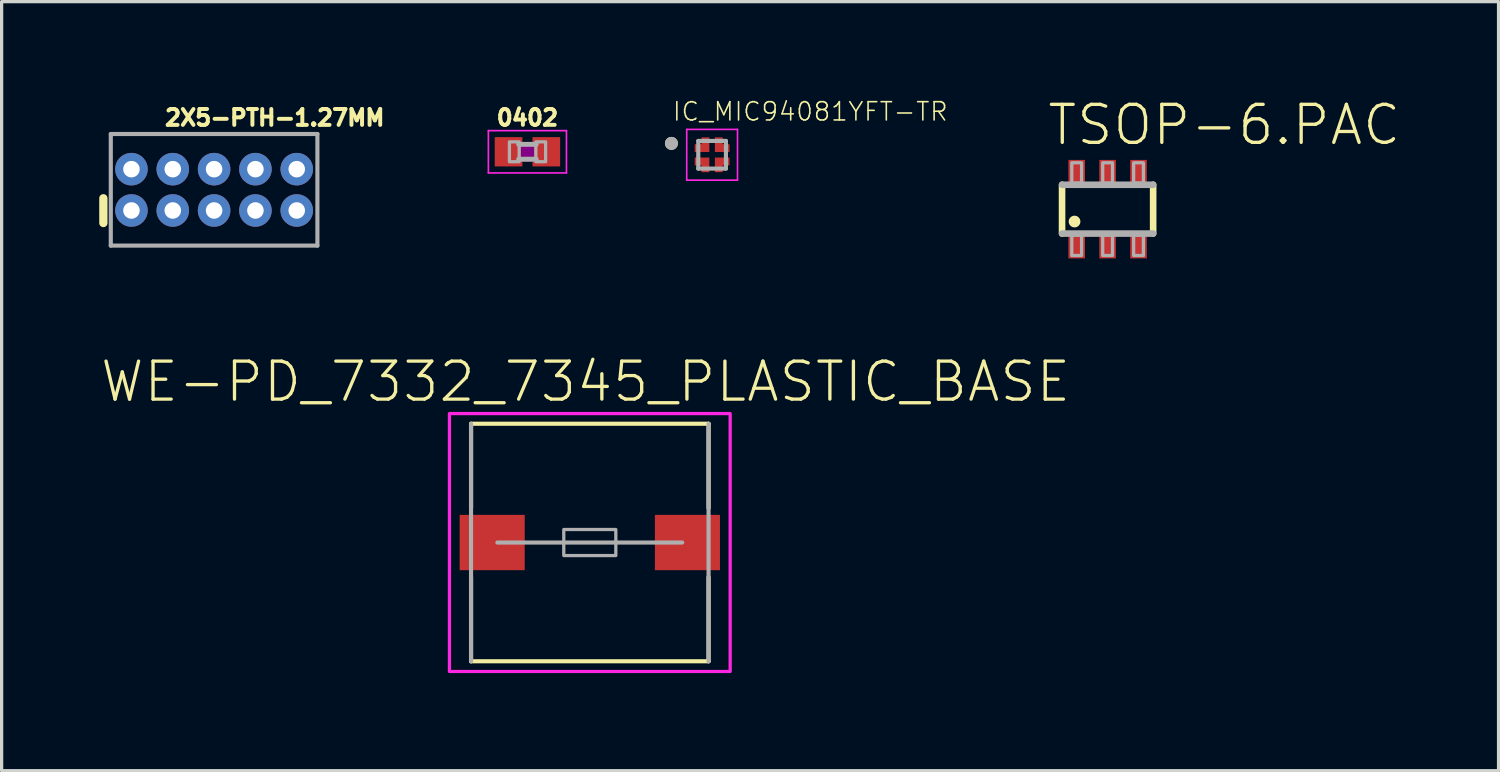
<source format=kicad_pcb>
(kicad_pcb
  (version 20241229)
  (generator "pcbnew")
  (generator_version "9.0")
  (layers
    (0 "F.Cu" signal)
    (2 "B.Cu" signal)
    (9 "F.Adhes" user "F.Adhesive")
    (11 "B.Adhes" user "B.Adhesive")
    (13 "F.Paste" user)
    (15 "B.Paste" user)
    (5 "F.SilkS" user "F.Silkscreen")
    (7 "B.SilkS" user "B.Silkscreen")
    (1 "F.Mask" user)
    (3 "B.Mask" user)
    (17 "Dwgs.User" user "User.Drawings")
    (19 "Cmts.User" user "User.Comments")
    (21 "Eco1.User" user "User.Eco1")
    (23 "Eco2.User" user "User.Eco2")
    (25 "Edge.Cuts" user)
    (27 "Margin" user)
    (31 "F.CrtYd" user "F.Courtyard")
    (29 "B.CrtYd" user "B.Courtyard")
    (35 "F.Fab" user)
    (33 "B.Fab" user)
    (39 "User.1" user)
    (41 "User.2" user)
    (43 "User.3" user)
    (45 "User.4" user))
  (footprint "0402"
    (layer "F.Cu")
    (at 13.16 1.615)
    (property "Reference" "0402" (at 0 -0.762 0) (layer "F.SilkS") (effects (font (size 0.488 0.488) (thickness 0.122)) (justify bottom)))
    (fp_poly (pts (xy -0.2 0.3) (xy 0.2 0.3) (xy 0.2 -0.3) (xy -0.2 -0.3)) (stroke (width 0) (type default)) (fill yes) (layer "F.Adhes"))
    (fp_line (start -1.2 -0.65) (end 1.2 -0.65) (stroke (width 0.051) (type solid)) (layer "F.CrtYd"))
    (fp_line (start -1.2 0.65) (end -1.2 -0.65) (stroke (width 0.051) (type solid)) (layer "F.CrtYd"))
    (fp_line (start 1.2 -0.65) (end 1.2 0.65) (stroke (width 0.051) (type solid)) (layer "F.CrtYd"))
    (fp_line (start 1.2 0.65) (end -1.2 0.65) (stroke (width 0.051) (type solid)) (layer "F.CrtYd"))
    (fp_line (start -0.27 -0.229) (end 0.27 -0.229) (stroke (width 0.152) (type solid)) (layer "F.Fab"))
    (fp_line (start 0.27 0.229) (end -0.27 0.229) (stroke (width 0.152) (type solid)) (layer "F.Fab"))
    (fp_poly (pts (xy -0.554 0.305) (xy -0.254 0.305) (xy -0.254 -0.305) (xy -0.554 -0.305)) (stroke (width 0.1) (type default)) (fill no) (layer "F.Fab"))
    (fp_poly (pts (xy 0.259 0.305) (xy 0.559 0.305) (xy 0.559 -0.305) (xy 0.259 -0.305)) (stroke (width 0.1) (type default)) (fill no) (layer "F.Fab"))
    (pad "1" smd rect (at -0.58 0) (size 0.85 0.9) (layers "F.Cu" "F.Mask" "F.Paste"))
    (pad "2" smd rect (at 0.58 0) (size 0.85 0.9) (layers "F.Cu" "F.Mask" "F.Paste")))
  (footprint "2X5-PTH-1.27MM"
    (layer "F.Cu")
    (at 3.53 2.784)
    (property "Reference" "2X5-PTH-1.27MM" (at -1.575 -1.93 0) (layer "F.SilkS") (effects (font (size 0.488 0.488) (thickness 0.122)) (justify left bottom)))
    (fp_line (start -3.403 1.021) (end -3.403 0.259) (stroke (width 0.254) (type solid)) (layer "F.SilkS"))
    (fp_line (start -3.175 -1.715) (end -3.175 1.715) (stroke (width 0.127) (type solid)) (layer "F.Fab"))
    (fp_line (start -3.175 1.715) (end 3.175 1.715) (stroke (width 0.127) (type solid)) (layer "F.Fab"))
    (fp_line (start 3.175 -1.715) (end -3.175 -1.715) (stroke (width 0.127) (type solid)) (layer "F.Fab"))
    (fp_line (start 3.175 1.715) (end 3.175 -1.715) (stroke (width 0.127) (type solid)) (layer "F.Fab"))
    (pad "1" thru_hole circle (at -2.54 0.635) (size 1 1) (drill 0.508) (layers "*.Cu" "*.Mask"))
    (pad "2" thru_hole circle (at -2.54 -0.635) (size 1 1) (drill 0.508) (layers "*.Cu" "*.Mask"))
    (pad "3" thru_hole circle (at -1.27 0.635) (size 1 1) (drill 0.508) (layers "*.Cu" "*.Mask"))
    (pad "4" thru_hole circle (at -1.27 -0.635) (size 1 1) (drill 0.508) (layers "*.Cu" "*.Mask"))
    (pad "5" thru_hole circle (at 0 0.635) (size 1 1) (drill 0.508) (layers "*.Cu" "*.Mask"))
    (pad "6" thru_hole circle (at 0 -0.635) (size 1 1) (drill 0.508) (layers "*.Cu" "*.Mask"))
    (pad "7" thru_hole circle (at 1.27 0.635) (size 1 1) (drill 0.508) (layers "*.Cu" "*.Mask"))
    (pad "8" thru_hole circle (at 1.27 -0.635) (size 1 1) (drill 0.508) (layers "*.Cu" "*.Mask"))
    (pad "9" thru_hole circle (at 2.54 0.635) (size 1 1) (drill 0.508) (layers "*.Cu" "*.Mask"))
    (pad "10" thru_hole circle (at 2.54 -0.635) (size 1 1) (drill 0.508) (layers "*.Cu" "*.Mask")))
  (footprint "WE-PD_7332_7345_PLASTIC_BASE"
    (layer "F.Cu")
    (at 15.077 13.624)
    (property "Reference" "WE-PD_7332_7345_PLASTIC_BASE" (at -0.13 -4.26 0) (layer "F.SilkS") (effects (font (size 1.168 1.168) (thickness 0.102)) (justify bottom)))
    (fp_line (start -3.65 -3.65) (end 3.65 -3.65) (stroke (width 0.127) (type solid)) (layer "F.SilkS"))
    (fp_line (start -3.65 -1.06) (end -3.65 -3.65) (stroke (width 0.127) (type solid)) (layer "F.SilkS"))
    (fp_line (start -3.65 1.06) (end -3.65 3.65) (stroke (width 0.127) (type solid)) (layer "F.SilkS"))
    (fp_line (start -3.65 3.65) (end 3.65 3.65) (stroke (width 0.127) (type solid)) (layer "F.SilkS"))
    (fp_line (start 3.65 -1.06) (end 3.65 -3.65) (stroke (width 0.127) (type solid)) (layer "F.SilkS"))
    (fp_line (start 3.65 1.06) (end 3.65 3.65) (stroke (width 0.127) (type solid)) (layer "F.SilkS"))
    (fp_poly (pts (xy 4.314 3.963) (xy -4.314 3.963) (xy -4.314 -3.963) (xy 4.314 -3.963)) (stroke (width 0.1) (type default)) (fill no) (layer "F.CrtYd"))
    (fp_line (start -3.65 3.65) (end -3.65 -3.65) (stroke (width 0.127) (type solid)) (layer "F.Fab"))
    (fp_line (start -2.84 0) (end 2.84 0) (stroke (width 0.127) (type solid)) (layer "F.Fab"))
    (fp_line (start 3.65 3.65) (end 3.65 -3.65) (stroke (width 0.127) (type solid)) (layer "F.Fab"))
    (fp_poly (pts (xy 0.8 0.4) (xy 0.8 -0.4) (xy -0.8 -0.4) (xy -0.8 0.4)) (stroke (width 0.1) (type default)) (fill no) (layer "F.Fab"))
    (pad "1" smd rect (at -3 0 90) (size 1.7 2) (layers "F.Cu" "F.Mask" "F.Paste"))
    (pad "2" smd rect (at 3 0 90) (size 1.7 2) (layers "F.Cu" "F.Mask" "F.Paste"))
    (zone (net_name "") (layer "F.Cu") (hatch edge 0.5) (connect_pads) (min_thickness 0.25) (filled_areas_thickness no) (keepout (tracks not_allowed) (vias not_allowed) (pads not_allowed) (copperpour not_allowed) (footprints allowed)) (placement (enabled no)) (fill) (polygon (pts (xy 13.327 10.124) (xy 16.577 10.124) (xy 16.577 17.124) (xy 13.327 17.124))))
    (zone (net_name "") (layers "F.Cu" "B.Cu") (hatch edge 0.5) (connect_pads) (min_thickness 0.25) (filled_areas_thickness no) (keepout (tracks allowed) (vias not_allowed) (pads allowed) (copperpour allowed) (footprints allowed)) (placement (enabled no)) (fill) (polygon (pts (xy 13.327 10.124) (xy 16.577 10.124) (xy 16.577 17.124) (xy 13.327 17.124)))))
  (footprint "IC_MIC94081YFT-TR"
    (layer "F.Cu")
    (at 18.836 1.707)
    (property "Reference" "IC_MIC94081YFT-TR" (at -1.25 -1 0) (layer "F.SilkS") (effects (font (size 0.561 0.561) (thickness 0.049)) (justify left bottom)))
    (fp_poly (pts (xy -0.085 -0.085) (xy -0.535 -0.085) (xy -0.535 -0.325) (xy -0.325 -0.325) (xy -0.325 -0.535) (xy -0.085 -0.535)) (stroke (width 0) (type default)) (fill yes) (layer "F.Cu"))
    (fp_poly (pts (xy -0.085 0.535) (xy -0.325 0.535) (xy -0.325 0.325) (xy -0.535 0.325) (xy -0.535 0.085) (xy -0.085 0.085)) (stroke (width 0) (type default)) (fill yes) (layer "F.Cu"))
    (fp_poly (pts (xy 0.325 -0.325) (xy 0.535 -0.325) (xy 0.535 -0.085) (xy 0.085 -0.085) (xy 0.085 -0.535) (xy 0.325 -0.535)) (stroke (width 0) (type default)) (fill yes) (layer "F.Cu"))
    (fp_poly (pts (xy 0.535 0.325) (xy 0.325 0.325) (xy 0.325 0.535) (xy 0.085 0.535) (xy 0.085 0.085) (xy 0.535 0.085)) (stroke (width 0) (type default)) (fill yes) (layer "F.Cu"))
    (fp_poly (pts (xy -0.035 -0.035) (xy -0.585 -0.035) (xy -0.585 -0.375) (xy -0.375 -0.375) (xy -0.375 -0.585) (xy -0.035 -0.585)) (stroke (width 0) (type default)) (fill yes) (layer "F.Mask"))
    (fp_poly (pts (xy -0.035 0.585) (xy -0.375 0.585) (xy -0.375 0.375) (xy -0.585 0.375) (xy -0.585 0.035) (xy -0.035 0.035)) (stroke (width 0) (type default)) (fill yes) (layer "F.Mask"))
    (fp_poly (pts (xy 0.375 -0.375) (xy 0.585 -0.375) (xy 0.585 -0.035) (xy 0.035 -0.035) (xy 0.035 -0.585) (xy 0.375 -0.585)) (stroke (width 0) (type default)) (fill yes) (layer "F.Mask"))
    (fp_poly (pts (xy 0.585 0.375) (xy 0.375 0.375) (xy 0.375 0.585) (xy 0.035 0.585) (xy 0.035 0.035) (xy 0.585 0.035)) (stroke (width 0) (type default)) (fill yes) (layer "F.Mask"))
    (fp_circle (center -1.25 -0.35) (end -1.15 -0.35) (stroke (width 0.2) (type solid)) (fill no) (layer "F.SilkS"))
    (fp_poly (pts (xy -0.085 -0.085) (xy -0.495 -0.085) (xy -0.495 -0.325) (xy -0.325 -0.325) (xy -0.325 -0.535) (xy -0.085 -0.535)) (stroke (width 0) (type default)) (fill yes) (layer "F.Paste"))
    (fp_poly (pts (xy -0.085 0.535) (xy -0.325 0.535) (xy -0.325 0.325) (xy -0.495 0.325) (xy -0.495 0.085) (xy -0.085 0.085)) (stroke (width 0) (type default)) (fill yes) (layer "F.Paste"))
    (fp_poly (pts (xy 0.325 -0.325) (xy 0.495 -0.325) (xy 0.495 -0.085) (xy 0.085 -0.085) (xy 0.085 -0.535) (xy 0.325 -0.535)) (stroke (width 0) (type default)) (fill yes) (layer "F.Paste"))
    (fp_poly (pts (xy 0.495 0.325) (xy 0.325 0.325) (xy 0.325 0.535) (xy 0.085 0.535) (xy 0.085 0.085) (xy 0.495 0.085)) (stroke (width 0) (type default)) (fill yes) (layer "F.Paste"))
    (fp_line (start -0.78 -0.78) (end 0.78 -0.78) (stroke (width 0.05) (type solid)) (layer "F.CrtYd"))
    (fp_line (start -0.78 0.78) (end -0.78 -0.78) (stroke (width 0.05) (type solid)) (layer "F.CrtYd"))
    (fp_line (start 0.78 -0.78) (end 0.78 0.78) (stroke (width 0.05) (type solid)) (layer "F.CrtYd"))
    (fp_line (start 0.78 0.78) (end -0.78 0.78) (stroke (width 0.05) (type solid)) (layer "F.CrtYd"))
    (fp_line (start -0.425 -0.425) (end 0.425 -0.425) (stroke (width 0.127) (type solid)) (layer "F.Fab"))
    (fp_line (start -0.425 0.425) (end -0.425 -0.425) (stroke (width 0.127) (type solid)) (layer "F.Fab"))
    (fp_line (start 0.425 -0.425) (end 0.425 0.425) (stroke (width 0.127) (type solid)) (layer "F.Fab"))
    (fp_line (start 0.425 0.425) (end -0.425 0.425) (stroke (width 0.127) (type solid)) (layer "F.Fab"))
    (fp_circle (center -1.25 -0.35) (end -1.15 -0.35) (stroke (width 0.2) (type solid)) (fill no) (layer "F.Fab"))
    (pad "1" smd rect (at -0.2 -0.2) (size 0.2 0.2) (layers "F.Cu"))
    (pad "2" smd rect (at -0.2 0.2) (size 0.2 0.2) (layers "F.Cu"))
    (pad "3" smd rect (at 0.2 0.2) (size 0.2 0.2) (layers "F.Cu"))
    (pad "4" smd rect (at 0.2 -0.2) (size 0.2 0.2) (layers "F.Cu")))
  (footprint "TSOP-6.PAC"
    (layer "F.Cu")
    (at 30.991 3.378)
    (property "Reference" "TSOP-6.PAC" (at -1.905 -1.905 0) (layer "F.SilkS") (effects (font (size 1.168 1.168) (thickness 0.102)) (justify left bottom)))
    (fp_line (start -1.4 0.75) (end -1.4 -0.75) (stroke (width 0.203) (type solid)) (layer "F.SilkS"))
    (fp_line (start 1.4 -0.75) (end 1.4 0.75) (stroke (width 0.203) (type solid)) (layer "F.SilkS"))
    (fp_circle (center -1.016 0.381) (end -0.926 0.381) (stroke (width 0.18) (type solid)) (fill yes) (layer "F.SilkS"))
    (fp_line (start -1.4 -0.75) (end 1.4 -0.75) (stroke (width 0.203) (type solid)) (layer "F.Fab"))
    (fp_line (start 1.4 0.75) (end -1.4 0.75) (stroke (width 0.203) (type solid)) (layer "F.Fab"))
    (fp_poly (pts (xy -1.1 1.425) (xy -0.8 1.425) (xy -0.8 0.8) (xy -1.1 0.8)) (stroke (width 0.1) (type default)) (fill no) (layer "F.Fab"))
    (fp_poly (pts (xy -0.8 -1.425) (xy -1.1 -1.425) (xy -1.1 -0.8) (xy -0.8 -0.8)) (stroke (width 0.1) (type default)) (fill no) (layer "F.Fab"))
    (fp_poly (pts (xy -0.15 1.425) (xy 0.15 1.425) (xy 0.15 0.8) (xy -0.15 0.8)) (stroke (width 0.1) (type default)) (fill no) (layer "F.Fab"))
    (fp_poly (pts (xy 0.15 -1.425) (xy -0.15 -1.425) (xy -0.15 -0.8) (xy 0.15 -0.8)) (stroke (width 0.1) (type default)) (fill no) (layer "F.Fab"))
    (fp_poly (pts (xy 0.8 1.425) (xy 1.1 1.425) (xy 1.1 0.8) (xy 0.8 0.8)) (stroke (width 0.1) (type default)) (fill no) (layer "F.Fab"))
    (fp_poly (pts (xy 1.1 -1.425) (xy 0.8 -1.425) (xy 0.8 -0.8) (xy 1.1 -0.8)) (stroke (width 0.1) (type default)) (fill no) (layer "F.Fab"))
    (pad "1" smd rect (at -0.95 1.163) (size 0.508 0.7) (layers "F.Cu" "F.Mask" "F.Paste"))
    (pad "2" smd rect (at 0 1.163) (size 0.508 0.7) (layers "F.Cu" "F.Mask" "F.Paste"))
    (pad "3" smd rect (at 0.95 1.163) (size 0.508 0.7) (layers "F.Cu" "F.Mask" "F.Paste"))
    (pad "4" smd rect (at 0.95 -1.163 180) (size 0.508 0.7) (layers "F.Cu" "F.Mask" "F.Paste"))
    (pad "5" smd rect (at 0 -1.163 180) (size 0.508 0.7) (layers "F.Cu" "F.Mask" "F.Paste"))
    (pad "6" smd rect (at -0.95 -1.163 180) (size 0.508 0.7) (layers "F.Cu" "F.Mask" "F.Paste")))
  (gr_rect
    (start -3 -3)
    (end 43.006 20.637)
    (stroke (width 0.1) (type default))
    (fill no)
    (layer "Edge.Cuts")))
</source>
